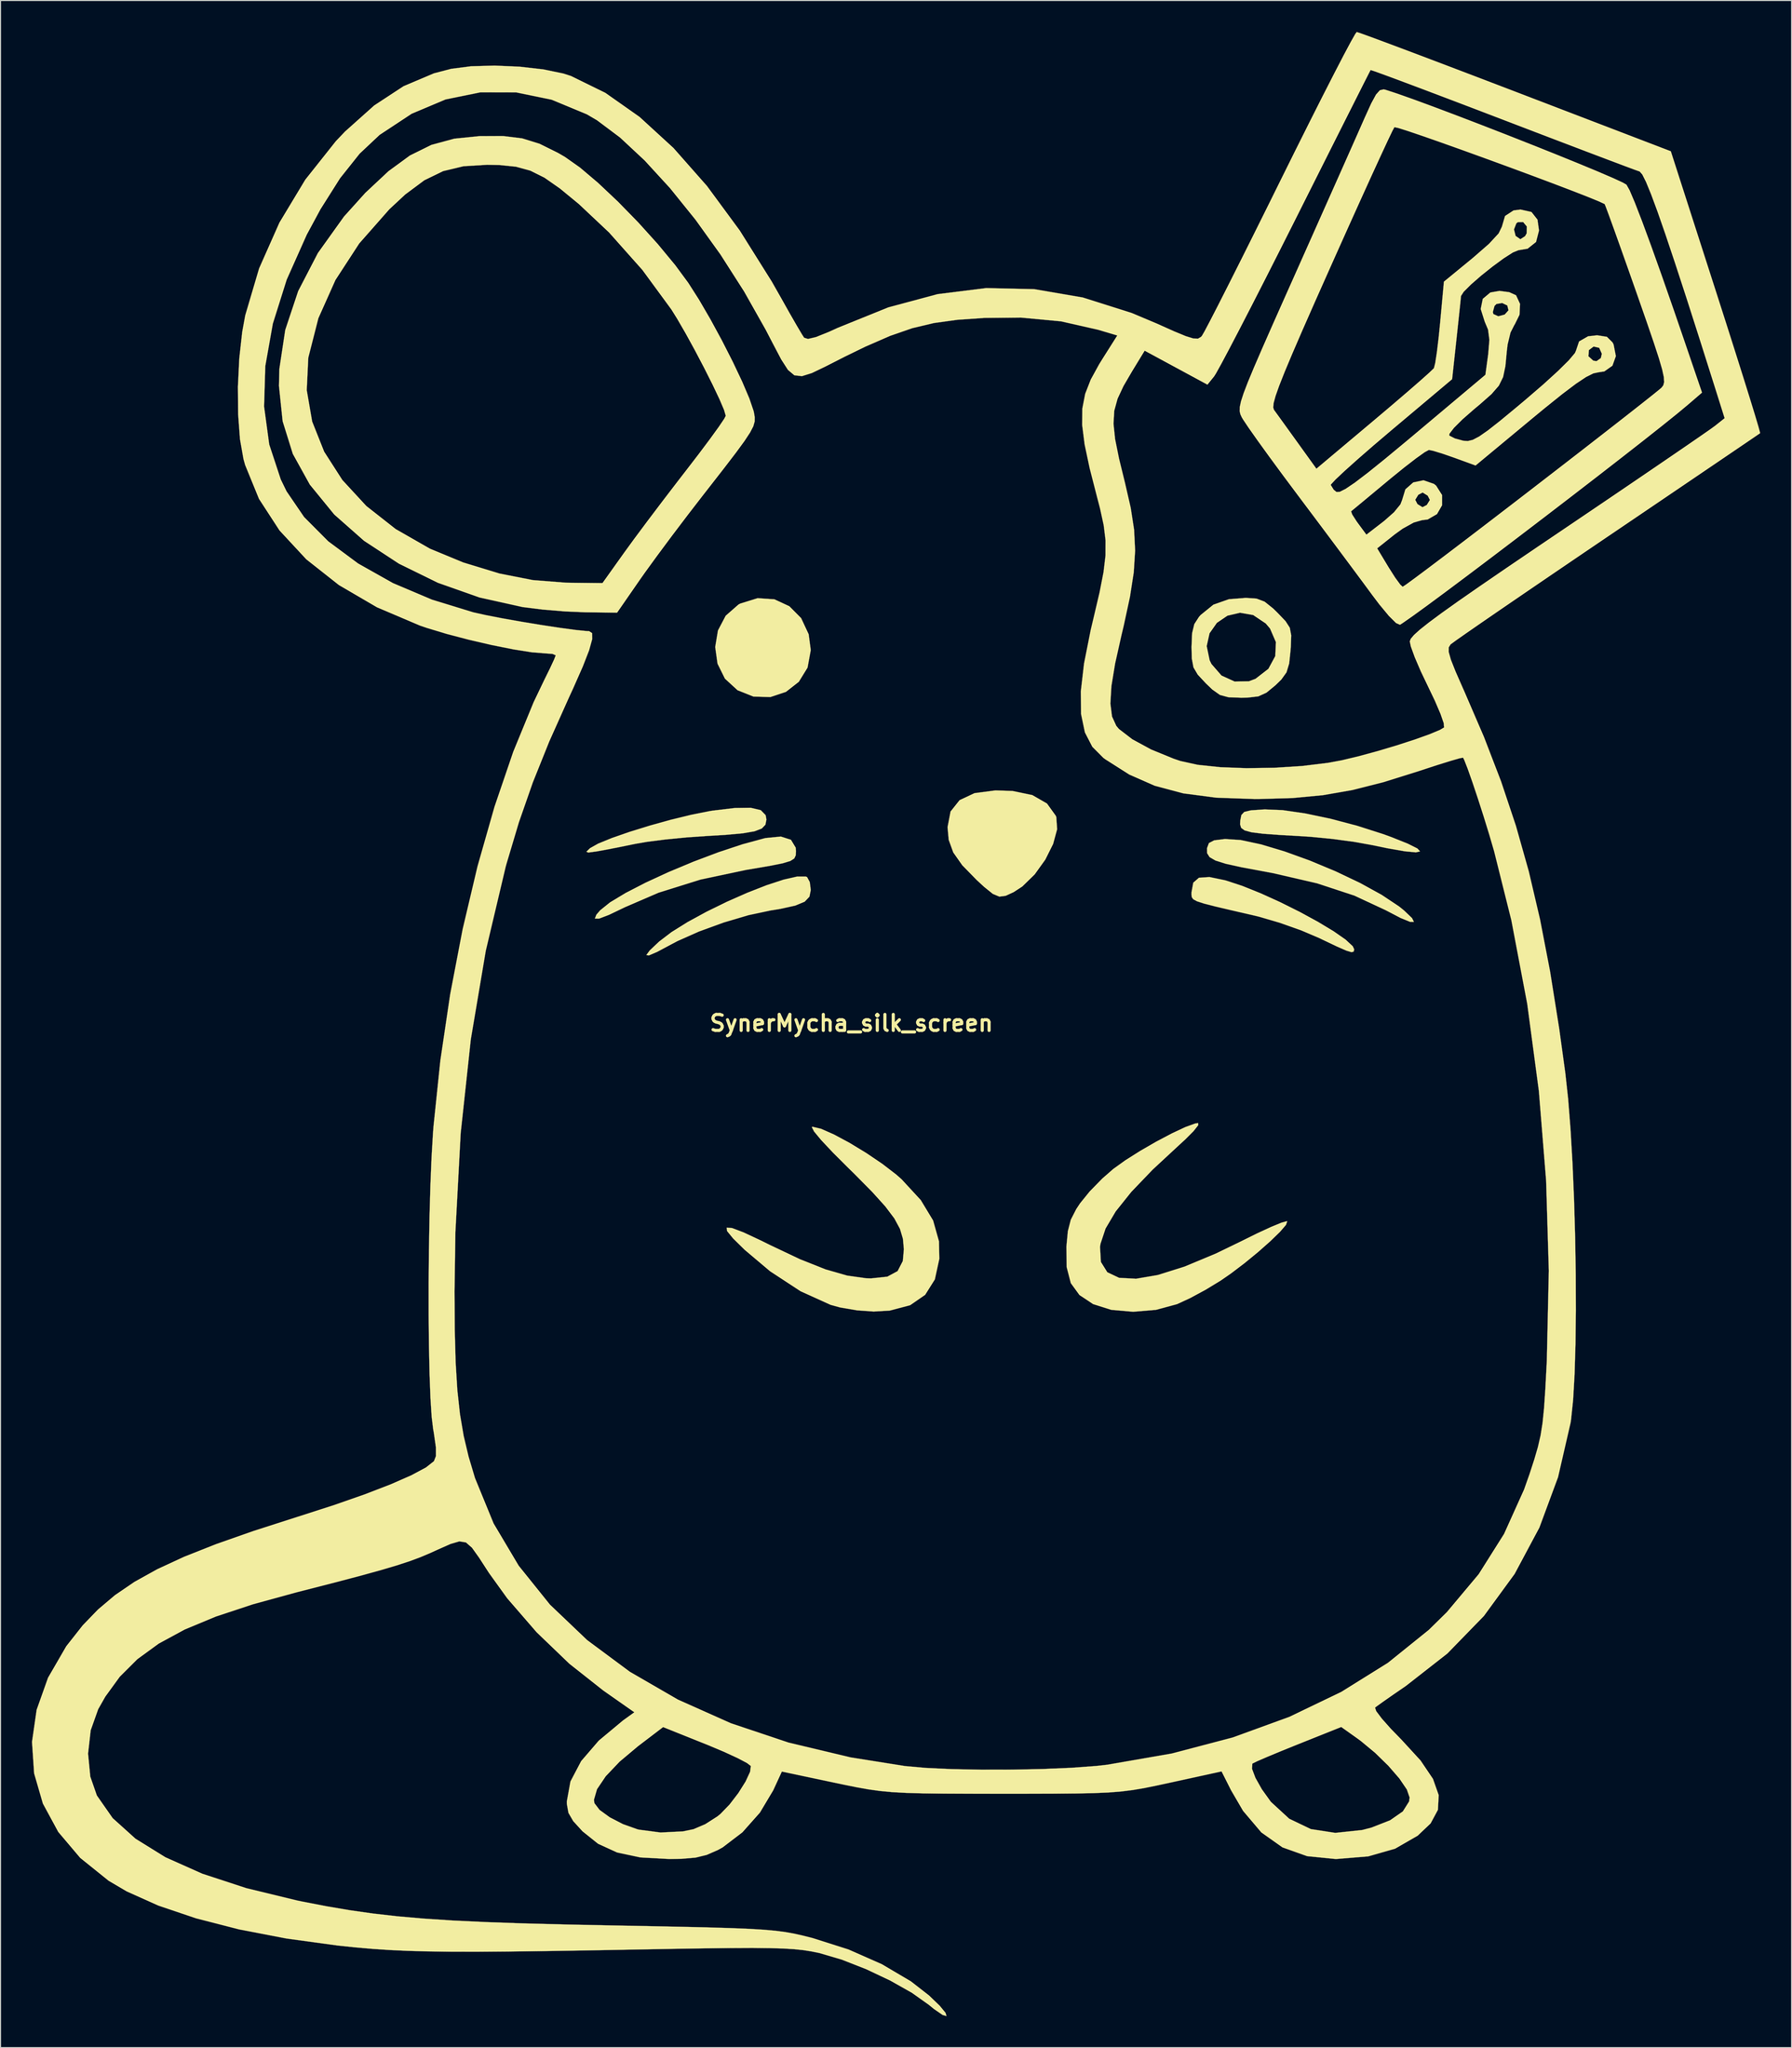
<source format=kicad_pcb>
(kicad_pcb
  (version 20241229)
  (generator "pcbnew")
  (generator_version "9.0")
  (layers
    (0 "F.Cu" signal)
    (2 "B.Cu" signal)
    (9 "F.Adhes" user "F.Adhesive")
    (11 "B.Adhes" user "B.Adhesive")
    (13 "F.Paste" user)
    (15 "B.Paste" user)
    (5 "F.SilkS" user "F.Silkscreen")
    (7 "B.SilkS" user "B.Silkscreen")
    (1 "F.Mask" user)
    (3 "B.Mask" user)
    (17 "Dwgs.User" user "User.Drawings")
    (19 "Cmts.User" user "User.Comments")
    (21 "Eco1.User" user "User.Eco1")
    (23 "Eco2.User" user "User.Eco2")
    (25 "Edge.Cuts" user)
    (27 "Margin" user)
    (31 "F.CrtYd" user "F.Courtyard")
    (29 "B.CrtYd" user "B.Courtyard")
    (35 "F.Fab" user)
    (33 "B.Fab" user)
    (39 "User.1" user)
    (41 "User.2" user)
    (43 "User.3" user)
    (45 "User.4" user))
  (footprint "SynerMycha_silk_screen"
    (layer "F.Cu")
    (at 78.207 94.549)
    (property "Reference" "SynerMycha_silk_screen" (at 0 0 0) (layer "F.SilkS") (effects (font (size 1.524 1.524) (thickness 0.3))))
    (attr through_hole)
    (fp_poly (pts (xy -7.351 -40.431) (xy -5.929 -39.771) (xy -4.801 -38.635) (xy -4.083 -37.1) (xy -3.882 -35.59) (xy -4.189 -33.917) (xy -5.023 -32.564) (xy -6.251 -31.603) (xy -7.737 -31.108) (xy -9.35 -31.153) (xy -10.869 -31.759) (xy -12.072 -32.862) (xy -12.781 -34.292) (xy -13.002 -35.881) (xy -12.739 -37.461) (xy -11.999 -38.867) (xy -10.786 -39.93) (xy -10.616 -40.023) (xy -8.952 -40.541) (xy -7.351 -40.431)) (stroke (width 0.01) (type solid)) (fill yes) (layer "F.SilkS"))
    (fp_poly (pts (xy 15.377 -22.149) (xy 17.263 -21.756) (xy 18.66 -20.953) (xy 19.504 -19.779) (xy 19.549 -19.659) (xy 19.63 -18.508) (xy 19.248 -17.099) (xy 18.501 -15.603) (xy 17.488 -14.193) (xy 16.305 -13.039) (xy 15.487 -12.506) (xy 14.717 -12.15) (xy 14.114 -12.072) (xy 13.496 -12.331) (xy 12.68 -12.986) (xy 11.949 -13.659) (xy 10.575 -15.066) (xy 9.717 -16.287) (xy 9.281 -17.493) (xy 9.172 -18.696) (xy 9.459 -20.189) (xy 10.32 -21.272) (xy 11.75 -21.944) (xy 13.749 -22.204) (xy 15.377 -22.149)) (stroke (width 0.01) (type solid)) (fill yes) (layer "F.SilkS"))
    (fp_poly (pts (xy -5.772 -17.492) (xy -5.32 -16.743) (xy -5.292 -16.416) (xy -5.315 -16.011) (xy -5.459 -15.71) (xy -5.831 -15.472) (xy -6.54 -15.257) (xy -7.695 -15.023) (xy -9.405 -14.729) (xy -10.054 -14.621) (xy -14.401 -13.7) (xy -18.405 -12.448) (xy -21.599 -11.071) (xy -23.135 -10.336) (xy -24.091 -9.972) (xy -24.488 -9.976) (xy -24.342 -10.347) (xy -23.984 -10.765) (xy -23.038 -11.524) (xy -21.544 -12.424) (xy -19.633 -13.409) (xy -17.433 -14.422) (xy -15.074 -15.407) (xy -12.685 -16.307) (xy -10.397 -17.065) (xy -8.339 -17.625) (xy -8.188 -17.66) (xy -6.742 -17.803) (xy -5.772 -17.492)) (stroke (width 0.01) (type solid)) (fill yes) (layer "F.SilkS"))
    (fp_poly (pts (xy -4.354 -13.987) (xy -4.233 -13.934) (xy -3.976 -13.456) (xy -3.881 -12.707) (xy -4.008 -12.068) (xy -4.464 -11.59) (xy -5.354 -11.22) (xy -6.786 -10.903) (xy -7.761 -10.744) (xy -9.823 -10.305) (xy -12.183 -9.606) (xy -14.539 -8.749) (xy -16.593 -7.837) (xy -17.144 -7.547) (xy -18.531 -6.807) (xy -19.339 -6.459) (xy -19.574 -6.504) (xy -19.245 -6.943) (xy -18.36 -7.78) (xy -18.344 -7.793) (xy -17.172 -8.687) (xy -15.627 -9.651) (xy -13.828 -10.631) (xy -11.893 -11.578) (xy -9.942 -12.439) (xy -8.094 -13.162) (xy -6.467 -13.695) (xy -5.181 -13.987) (xy -4.354 -13.987)) (stroke (width 0.01) (type solid)) (fill yes) (layer "F.SilkS"))
    (fp_poly (pts (xy 41.13 -20.323) (xy 43.273 -20.014) (xy 45.71 -19.503) (xy 48.267 -18.828) (xy 50.766 -18.028) (xy 51.505 -17.759) (xy 53.096 -17.122) (xy 54.013 -16.662) (xy 54.265 -16.385) (xy 53.863 -16.294) (xy 52.814 -16.394) (xy 51.131 -16.688) (xy 49.742 -16.977) (xy 47.997 -17.292) (xy 45.902 -17.574) (xy 43.812 -17.778) (xy 43.039 -17.829) (xy 40.841 -17.955) (xy 39.253 -18.073) (xy 38.179 -18.209) (xy 37.524 -18.387) (xy 37.192 -18.63) (xy 37.089 -18.964) (xy 37.108 -19.335) (xy 37.212 -19.853) (xy 37.486 -20.149) (xy 38.099 -20.299) (xy 39.221 -20.379) (xy 39.459 -20.391) (xy 41.13 -20.323)) (stroke (width 0.01) (type solid)) (fill yes) (layer "F.SilkS"))
    (fp_poly (pts (xy -8.655 -20.32) (xy -8.186 -19.839) (xy -8.114 -19.424) (xy -8.208 -18.935) (xy -8.554 -18.571) (xy -9.247 -18.304) (xy -10.381 -18.109) (xy -12.054 -17.958) (xy -13.758 -17.857) (xy -15.744 -17.719) (xy -17.749 -17.523) (xy -19.516 -17.297) (xy -20.637 -17.104) (xy -22.084 -16.807) (xy -23.436 -16.543) (xy -24.342 -16.38) (xy -25.118 -16.276) (xy -25.296 -16.357) (xy -24.969 -16.673) (xy -24.943 -16.695) (xy -24.173 -17.128) (xy -22.865 -17.662) (xy -21.171 -18.25) (xy -19.242 -18.847) (xy -17.23 -19.406) (xy -15.288 -19.879) (xy -13.566 -20.222) (xy -13.229 -20.276) (xy -11.116 -20.528) (xy -9.612 -20.546) (xy -8.655 -20.32)) (stroke (width 0.01) (type solid)) (fill yes) (layer "F.SilkS"))
    (fp_poly (pts (xy 37.152 -17.469) (xy 39.089 -17.054) (xy 41.338 -16.38) (xy 43.758 -15.505) (xy 46.203 -14.485) (xy 48.533 -13.377) (xy 50.603 -12.239) (xy 52.27 -11.128) (xy 52.74 -10.749) (xy 53.499 -10.023) (xy 53.679 -9.663) (xy 53.305 -9.668) (xy 52.402 -10.038) (xy 50.993 -10.772) (xy 50.976 -10.781) (xy 47.995 -12.169) (xy 44.436 -13.34) (xy 40.252 -14.308) (xy 39.296 -14.486) (xy 37.203 -14.877) (xy 35.715 -15.207) (xy 34.738 -15.515) (xy 34.178 -15.84) (xy 33.941 -16.219) (xy 33.933 -16.693) (xy 33.933 -16.693) (xy 34.117 -17.182) (xy 34.616 -17.441) (xy 35.62 -17.565) (xy 35.671 -17.568) (xy 37.152 -17.469)) (stroke (width 0.01) (type solid)) (fill yes) (layer "F.SilkS"))
    (fp_poly (pts (xy 35.7 -13.62) (xy 35.732 -13.611) (xy 37.286 -13.1) (xy 39.055 -12.389) (xy 40.926 -11.54) (xy 42.785 -10.613) (xy 44.519 -9.669) (xy 46.015 -8.768) (xy 47.159 -7.972) (xy 47.839 -7.341) (xy 47.978 -7.042) (xy 47.932 -6.826) (xy 47.721 -6.773) (xy 47.235 -6.919) (xy 46.361 -7.3) (xy 44.99 -7.951) (xy 44.626 -8.127) (xy 42.91 -8.857) (xy 40.875 -9.577) (xy 38.898 -10.156) (xy 38.453 -10.264) (xy 36.291 -10.762) (xy 34.721 -11.132) (xy 33.649 -11.408) (xy 32.981 -11.625) (xy 32.621 -11.819) (xy 32.476 -12.025) (xy 32.452 -12.277) (xy 32.456 -12.494) (xy 32.621 -13.402) (xy 33.166 -13.876) (xy 34.167 -13.94) (xy 35.7 -13.62)) (stroke (width 0.01) (type solid)) (fill yes) (layer "F.SilkS"))
    (fp_poly (pts (xy -2.888 10.079) (xy -1.654 10.624) (xy -0.169 11.422) (xy 1.415 12.384) (xy 2.946 13.419) (xy 4.271 14.437) (xy 4.785 14.89) (xy 6.616 16.875) (xy 7.793 18.821) (xy 8.354 20.812) (xy 8.386 22.482) (xy 7.959 24.442) (xy 7.034 25.912) (xy 5.602 26.901) (xy 3.651 27.417) (xy 2.117 27.505) (xy 0.543 27.393) (xy -1.074 27.118) (xy -1.987 26.868) (xy -4.855 25.569) (xy -7.766 23.663) (xy -10.185 21.623) (xy -11.29 20.537) (xy -11.869 19.83) (xy -11.908 19.499) (xy -11.391 19.541) (xy -10.305 19.954) (xy -8.634 20.734) (xy -7.797 21.149) (xy -4.904 22.519) (xy -2.472 23.485) (xy -0.406 24.078) (xy 1.387 24.329) (xy 1.874 24.342) (xy 3.421 24.18) (xy 4.406 23.65) (xy 4.904 22.684) (xy 5.003 21.56) (xy 4.914 20.567) (xy 4.632 19.62) (xy 4.093 18.622) (xy 3.23 17.478) (xy 1.979 16.093) (xy 0.273 14.369) (xy -0.26 13.847) (xy -1.77 12.34) (xy -2.885 11.154) (xy -3.567 10.332) (xy -3.779 9.919) (xy -3.718 9.878) (xy -2.888 10.079)) (stroke (width 0.01) (type solid)) (fill yes) (layer "F.SilkS"))
    (fp_poly (pts (xy 38.657 -40.501) (xy 39.433 -40.205) (xy 40.252 -39.549) (xy 40.653 -39.157) (xy 41.427 -38.349) (xy 41.834 -37.719) (xy 41.97 -36.994) (xy 41.931 -35.902) (xy 41.908 -35.579) (xy 41.774 -34.308) (xy 41.52 -33.467) (xy 41.026 -32.779) (xy 40.46 -32.228) (xy 39.606 -31.527) (xy 38.827 -31.173) (xy 37.804 -31.053) (xy 37.182 -31.044) (xy 35.982 -31.089) (xy 35.171 -31.307) (xy 34.437 -31.827) (xy 33.825 -32.414) (xy 33.051 -33.244) (xy 32.641 -33.938) (xy 32.481 -34.789) (xy 32.456 -35.89) (xy 32.459 -35.968) (xy 33.903 -35.968) (xy 34.184 -34.615) (xy 34.359 -34.258) (xy 35.314 -33.16) (xy 36.565 -32.589) (xy 37.925 -32.61) (xy 38.564 -32.85) (xy 39.79 -33.8) (xy 40.448 -35.016) (xy 40.509 -36.349) (xy 39.946 -37.648) (xy 39.538 -38.127) (xy 38.338 -38.933) (xy 37.08 -39.151) (xy 35.885 -38.872) (xy 34.876 -38.188) (xy 34.174 -37.19) (xy 33.903 -35.968) (xy 32.459 -35.968) (xy 32.51 -37.198) (xy 32.722 -38.067) (xy 33.168 -38.758) (xy 33.324 -38.934) (xy 34.543 -39.922) (xy 36.02 -40.441) (xy 37.635 -40.569) (xy 38.657 -40.501)) (stroke (width 0.01) (type solid)) (fill yes) (layer "F.SilkS"))
    (fp_poly (pts (xy 33.092 9.735) (xy 32.647 10.298) (xy 31.836 11.111) (xy 31.369 11.537) (xy 28.749 13.966) (xy 26.711 16.09) (xy 25.223 17.95) (xy 24.252 19.587) (xy 23.768 21.043) (xy 23.723 21.348) (xy 23.806 22.775) (xy 24.417 23.756) (xy 25.539 24.29) (xy 27.153 24.377) (xy 29.243 24.02) (xy 31.791 23.219) (xy 34.78 21.973) (xy 37.177 20.811) (xy 38.737 20.04) (xy 40.067 19.427) (xy 41.045 19.026) (xy 41.55 18.888) (xy 41.587 18.9) (xy 41.467 19.244) (xy 40.89 19.912) (xy 39.966 20.807) (xy 38.806 21.832) (xy 37.517 22.889) (xy 36.211 23.88) (xy 35.237 24.553) (xy 33.815 25.418) (xy 32.324 26.223) (xy 31.086 26.795) (xy 31.079 26.798) (xy 29.061 27.345) (xy 26.883 27.528) (xy 24.8 27.345) (xy 23.067 26.798) (xy 21.759 25.929) (xy 20.936 24.797) (xy 20.542 23.276) (xy 20.514 21.323) (xy 20.653 19.841) (xy 20.934 18.75) (xy 21.454 17.736) (xy 21.821 17.18) (xy 22.74 16.047) (xy 23.95 14.811) (xy 24.988 13.905) (xy 26.136 13.081) (xy 27.555 12.184) (xy 29.088 11.3) (xy 30.579 10.513) (xy 31.872 9.907) (xy 32.809 9.568) (xy 33.086 9.525) (xy 33.092 9.735)) (stroke (width 0.01) (type solid)) (fill yes) (layer "F.SilkS"))
    (fp_poly (pts (xy -31.427 -84.401) (xy -29.765 -83.885) (xy -28 -83.011) (xy -27.34 -82.627) (xy -25.904 -81.615) (xy -24.179 -80.154) (xy -22.285 -78.368) (xy -20.346 -76.382) (xy -18.483 -74.32) (xy -16.817 -72.307) (xy -15.573 -70.619) (xy -14.557 -69.028) (xy -13.461 -67.146) (xy -12.359 -65.118) (xy -11.324 -63.086) (xy -10.427 -61.194) (xy -9.742 -59.586) (xy -9.34 -58.404) (xy -9.299 -58.226) (xy -9.228 -57.798) (xy -9.235 -57.393) (xy -9.367 -56.933) (xy -9.676 -56.339) (xy -10.21 -55.529) (xy -11.017 -54.426) (xy -12.148 -52.949) (xy -13.652 -51.019) (xy -14.152 -50.379) (xy -15.614 -48.487) (xy -17.114 -46.509) (xy -18.517 -44.622) (xy -19.69 -43.009) (xy -20.186 -42.305) (xy -22.366 -39.158) (xy -25.382 -39.193) (xy -27.303 -39.273) (xy -29.454 -39.452) (xy -31.375 -39.691) (xy -31.397 -39.695) (xy -35.489 -40.604) (xy -39.464 -42.006) (xy -43.186 -43.831) (xy -46.516 -46.013) (xy -49.318 -48.484) (xy -49.39 -48.559) (xy -51.689 -51.374) (xy -53.311 -54.303) (xy -54.283 -57.418) (xy -54.592 -60.388) (xy -51.984 -60.388) (xy -51.465 -57.388) (xy -50.319 -54.511) (xy -48.583 -51.809) (xy -46.296 -49.332) (xy -43.496 -47.132) (xy -40.224 -45.26) (xy -37.042 -43.944) (xy -33.584 -42.89) (xy -30.396 -42.264) (xy -27.223 -42.016) (xy -26.785 -42.009) (xy -23.76 -41.981) (xy -21.684 -44.891) (xy -20.735 -46.195) (xy -19.48 -47.879) (xy -18.051 -49.768) (xy -16.579 -51.69) (xy -15.802 -52.694) (xy -14.566 -54.301) (xy -13.497 -55.727) (xy -12.667 -56.875) (xy -12.144 -57.648) (xy -11.994 -57.938) (xy -12.158 -58.5) (xy -12.603 -59.54) (xy -13.261 -60.924) (xy -14.063 -62.517) (xy -14.94 -64.187) (xy -15.824 -65.797) (xy -16.646 -67.215) (xy -17.19 -68.086) (xy -19.949 -71.846) (xy -23.132 -75.423) (xy -26.019 -78.139) (xy -27.814 -79.614) (xy -29.298 -80.65) (xy -30.644 -81.32) (xy -32.024 -81.698) (xy -33.611 -81.858) (xy -34.769 -81.88) (xy -37.025 -81.742) (xy -38.965 -81.277) (xy -40.759 -80.406) (xy -42.582 -79.05) (xy -44.094 -77.645) (xy -46.974 -74.376) (xy -49.245 -70.889) (xy -50.874 -67.243) (xy -51.831 -63.494) (xy -51.836 -63.461) (xy -51.984 -60.388) (xy -54.592 -60.388) (xy -54.634 -60.793) (xy -54.597 -62.4) (xy -54.034 -66.127) (xy -52.798 -69.835) (xy -50.919 -73.461) (xy -48.429 -76.941) (xy -46.39 -79.204) (xy -44.183 -81.269) (xy -42.131 -82.77) (xy -40.086 -83.779) (xy -37.9 -84.371) (xy -35.49 -84.616) (xy -33.247 -84.624) (xy -31.427 -84.401)) (stroke (width 0.01) (type solid)) (fill yes) (layer "F.SilkS"))
    (fp_poly (pts (xy 50.965 -89.037) (xy 52.084 -88.67) (xy 53.656 -88.114) (xy 55.587 -87.403) (xy 57.782 -86.575) (xy 60.148 -85.668) (xy 62.591 -84.718) (xy 65.017 -83.761) (xy 67.333 -82.836) (xy 69.445 -81.978) (xy 71.259 -81.225) (xy 72.681 -80.614) (xy 73.618 -80.182) (xy 73.964 -79.98) (xy 74.261 -79.45) (xy 74.759 -78.281) (xy 75.447 -76.506) (xy 76.313 -74.159) (xy 77.345 -71.271) (xy 78.529 -67.877) (xy 79.427 -65.264) (xy 81.174 -60.149) (xy 79.834 -58.997) (xy 78.823 -58.156) (xy 77.373 -56.991) (xy 75.559 -55.557) (xy 73.453 -53.911) (xy 71.13 -52.109) (xy 68.663 -50.207) (xy 66.126 -48.262) (xy 63.594 -46.331) (xy 61.14 -44.469) (xy 58.837 -42.733) (xy 56.76 -41.179) (xy 54.983 -39.865) (xy 53.579 -38.846) (xy 52.622 -38.178) (xy 52.348 -38.002) (xy 51.975 -38.169) (xy 51.291 -38.846) (xy 50.37 -39.956) (xy 49.702 -40.84) (xy 48.798 -42.066) (xy 47.572 -43.716) (xy 46.127 -45.654) (xy 44.567 -47.74) (xy 42.993 -49.837) (xy 42.615 -50.341) (xy 41.19 -52.249) (xy 39.883 -54.025) (xy 38.764 -55.573) (xy 37.902 -56.795) (xy 37.366 -57.597) (xy 37.248 -57.798) (xy 37.119 -58.077) (xy 37.048 -58.38) (xy 37.059 -58.745) (xy 40.25 -58.745) (xy 40.319 -58.511) (xy 40.714 -57.967) (xy 41.397 -57.022) (xy 42.242 -55.849) (xy 42.56 -55.408) (xy 44.373 -52.889) (xy 49.87 -57.507) (xy 51.548 -58.925) (xy 53.041 -60.203) (xy 54.265 -61.266) (xy 55.135 -62.042) (xy 55.565 -62.456) (xy 55.592 -62.489) (xy 55.713 -62.971) (xy 55.87 -63.996) (xy 56.04 -65.409) (xy 56.179 -66.793) (xy 56.542 -70.732) (xy 59.315 -73.007) (xy 60.844 -74.339) (xy 61.765 -75.335) (xy 61.949 -75.714) (xy 63.229 -75.714) (xy 63.384 -75.096) (xy 63.825 -74.79) (xy 63.853 -74.789) (xy 64.288 -75.072) (xy 64.44 -75.342) (xy 64.455 -75.994) (xy 64.104 -76.417) (xy 63.598 -76.407) (xy 63.453 -76.294) (xy 63.229 -75.714) (xy 61.949 -75.714) (xy 62.088 -76.001) (xy 62.089 -76.023) (xy 62.376 -76.995) (xy 63.19 -77.528) (xy 63.853 -77.611) (xy 64.899 -77.377) (xy 65.472 -76.646) (xy 65.617 -75.613) (xy 65.334 -74.518) (xy 64.529 -73.876) (xy 63.651 -73.731) (xy 63.123 -73.516) (xy 62.249 -72.957) (xy 61.186 -72.177) (xy 60.09 -71.302) (xy 59.119 -70.456) (xy 58.428 -69.765) (xy 58.175 -69.369) (xy 58.125 -68.87) (xy 58.017 -67.834) (xy 57.866 -66.424) (xy 57.734 -65.198) (xy 57.326 -61.429) (xy 51.523 -56.551) (xy 49.815 -55.099) (xy 48.308 -53.788) (xy 47.08 -52.688) (xy 46.21 -51.871) (xy 45.777 -51.406) (xy 45.743 -51.338) (xy 46.027 -50.88) (xy 46.286 -50.674) (xy 46.59 -50.68) (xy 47.157 -50.963) (xy 48.037 -51.558) (xy 49.279 -52.504) (xy 50.935 -53.837) (xy 53.055 -55.594) (xy 53.654 -56.096) (xy 60.501 -61.847) (xy 60.769 -63.82) (xy 60.882 -65.178) (xy 60.754 -66.161) (xy 60.437 -66.916) (xy 60.147 -67.831) (xy 61.211 -67.831) (xy 61.263 -67.642) (xy 61.73 -67.429) (xy 62.342 -67.593) (xy 62.706 -67.998) (xy 62.592 -68.459) (xy 62.103 -68.695) (xy 61.557 -68.604) (xy 61.371 -68.419) (xy 61.211 -67.831) (xy 60.147 -67.831) (xy 60.054 -68.126) (xy 60.251 -69.092) (xy 60.974 -69.699) (xy 61.834 -69.85) (xy 62.771 -69.73) (xy 63.417 -69.439) (xy 63.429 -69.427) (xy 63.806 -68.612) (xy 63.757 -67.578) (xy 63.302 -66.653) (xy 63.272 -66.618) (xy 62.897 -65.879) (xy 62.62 -64.736) (xy 62.547 -64.121) (xy 62.41 -62.678) (xy 62.192 -61.639) (xy 61.786 -60.813) (xy 61.084 -60.006) (xy 59.977 -59.029) (xy 59.424 -58.569) (xy 58.319 -57.602) (xy 57.5 -56.786) (xy 57.071 -56.227) (xy 57.048 -56.053) (xy 57.588 -55.776) (xy 58.396 -55.557) (xy 58.823 -55.529) (xy 59.297 -55.644) (xy 59.905 -55.962) (xy 60.737 -56.541) (xy 61.883 -57.44) (xy 63.43 -58.717) (xy 64.294 -59.441) (xy 66.023 -60.929) (xy 67.434 -62.213) (xy 68.462 -63.23) (xy 68.786 -63.614) (xy 70.333 -63.614) (xy 70.792 -63.2) (xy 71.106 -63.147) (xy 71.518 -63.441) (xy 71.614 -63.853) (xy 71.363 -64.42) (xy 70.828 -64.544) (xy 70.379 -64.206) (xy 70.333 -63.614) (xy 68.786 -63.614) (xy 69.04 -63.915) (xy 69.144 -64.145) (xy 69.441 -65.028) (xy 70.302 -65.521) (xy 71.163 -65.617) (xy 72.095 -65.472) (xy 72.636 -64.934) (xy 72.736 -64.735) (xy 72.952 -63.63) (xy 72.624 -62.715) (xy 71.848 -62.169) (xy 71.308 -62.089) (xy 70.806 -61.984) (xy 70.109 -61.637) (xy 69.145 -60.996) (xy 67.842 -60.013) (xy 66.128 -58.636) (xy 64.922 -57.642) (xy 59.563 -53.196) (xy 57.526 -53.938) (xy 56.387 -54.332) (xy 55.497 -54.601) (xy 55.109 -54.681) (xy 54.708 -54.466) (xy 53.885 -53.88) (xy 52.756 -53.008) (xy 51.435 -51.938) (xy 51.265 -51.796) (xy 49.953 -50.705) (xy 48.85 -49.788) (xy 48.061 -49.136) (xy 47.694 -48.834) (xy 47.682 -48.825) (xy 47.791 -48.519) (xy 48.211 -47.867) (xy 48.353 -47.67) (xy 49.144 -46.6) (xy 50.839 -47.906) (xy 51.777 -48.735) (xy 52.392 -49.488) (xy 52.549 -49.89) (xy 52.56 -49.925) (xy 53.804 -49.925) (xy 54.017 -49.514) (xy 54.497 -49.218) (xy 54.908 -49.431) (xy 55.204 -49.911) (xy 54.991 -50.322) (xy 54.512 -50.618) (xy 54.1 -50.405) (xy 53.804 -49.925) (xy 52.56 -49.925) (xy 52.864 -50.921) (xy 53.617 -51.583) (xy 54.596 -51.786) (xy 55.59 -51.441) (xy 55.799 -51.274) (xy 56.367 -50.376) (xy 56.367 -49.405) (xy 55.882 -48.562) (xy 54.994 -48.048) (xy 54.441 -47.978) (xy 53.662 -47.756) (xy 52.613 -47.177) (xy 51.861 -46.635) (xy 50.174 -45.293) (xy 51.278 -43.46) (xy 51.894 -42.493) (xy 52.382 -41.829) (xy 52.604 -41.628) (xy 52.922 -41.836) (xy 53.739 -42.432) (xy 54.998 -43.371) (xy 56.639 -44.609) (xy 58.604 -46.102) (xy 60.834 -47.806) (xy 63.271 -49.675) (xy 64.778 -50.835) (xy 67.33 -52.804) (xy 69.723 -54.655) (xy 71.895 -56.343) (xy 73.786 -57.817) (xy 75.334 -59.032) (xy 76.479 -59.939) (xy 77.159 -60.49) (xy 77.313 -60.624) (xy 77.479 -60.843) (xy 77.558 -61.151) (xy 77.529 -61.629) (xy 77.371 -62.359) (xy 77.061 -63.421) (xy 76.579 -64.898) (xy 75.904 -66.87) (xy 75.013 -69.418) (xy 74.935 -69.641) (xy 74.126 -71.936) (xy 73.394 -73.998) (xy 72.772 -75.738) (xy 72.29 -77.065) (xy 71.982 -77.891) (xy 71.881 -78.132) (xy 71.344 -78.384) (xy 70.276 -78.821) (xy 68.776 -79.406) (xy 66.943 -80.104) (xy 64.877 -80.878) (xy 62.677 -81.692) (xy 60.441 -82.509) (xy 58.268 -83.295) (xy 56.257 -84.012) (xy 54.508 -84.624) (xy 53.119 -85.095) (xy 52.189 -85.389) (xy 51.818 -85.469) (xy 51.816 -85.468) (xy 51.618 -85.097) (xy 51.166 -84.15) (xy 50.491 -82.697) (xy 49.625 -80.81) (xy 48.601 -78.556) (xy 47.45 -76.006) (xy 46.205 -73.23) (xy 45.72 -72.145) (xy 44.24 -68.822) (xy 43.033 -66.083) (xy 42.076 -63.871) (xy 41.346 -62.131) (xy 40.821 -60.804) (xy 40.478 -59.836) (xy 40.295 -59.168) (xy 40.25 -58.745) (xy 37.059 -58.745) (xy 37.059 -58.772) (xy 37.177 -59.319) (xy 37.425 -60.085) (xy 37.828 -61.136) (xy 38.41 -62.537) (xy 39.196 -64.354) (xy 40.209 -66.652) (xy 41.475 -69.497) (xy 42.204 -71.13) (xy 43.494 -74.024) (xy 44.746 -76.834) (xy 45.918 -79.466) (xy 46.969 -81.827) (xy 47.856 -83.824) (xy 48.538 -85.362) (xy 48.97 -86.342) (xy 49.604 -87.735) (xy 50.064 -88.581) (xy 50.431 -88.99) (xy 50.789 -89.074) (xy 50.965 -89.037)) (stroke (width 0.01) (type solid)) (fill yes) (layer "F.SilkS"))
    (fp_poly (pts (xy 48.598 -94.422) (xy 49.568 -94.072) (xy 51.061 -93.518) (xy 53.01 -92.788) (xy 55.349 -91.905) (xy 58.01 -90.895) (xy 60.925 -89.784) (xy 63.35 -88.857) (xy 78.196 -83.169) (xy 82.511 -69.77) (xy 83.451 -66.841) (xy 84.315 -64.128) (xy 85.081 -61.703) (xy 85.726 -59.639) (xy 86.228 -58.006) (xy 86.564 -56.877) (xy 86.713 -56.323) (xy 86.717 -56.278) (xy 86.412 -56.068) (xy 85.579 -55.501) (xy 84.274 -54.615) (xy 82.553 -53.447) (xy 80.472 -52.036) (xy 78.088 -50.42) (xy 75.456 -48.637) (xy 72.633 -46.725) (xy 72.143 -46.394) (xy 69.276 -44.45) (xy 66.578 -42.616) (xy 64.108 -40.932) (xy 61.922 -39.437) (xy 60.08 -38.171) (xy 58.64 -37.174) (xy 57.66 -36.487) (xy 57.199 -36.149) (xy 57.179 -36.132) (xy 57.004 -35.851) (xy 57.002 -35.402) (xy 57.207 -34.673) (xy 57.651 -33.55) (xy 58.368 -31.92) (xy 58.477 -31.678) (xy 60.363 -27.304) (xy 61.997 -23.062) (xy 63.412 -18.83) (xy 64.641 -14.481) (xy 65.717 -9.891) (xy 66.674 -4.935) (xy 67.544 0.513) (xy 68.129 4.763) (xy 68.397 7.222) (xy 68.626 10.128) (xy 68.815 13.368) (xy 68.962 16.829) (xy 69.066 20.4) (xy 69.124 23.966) (xy 69.135 27.416) (xy 69.098 30.637) (xy 69.011 33.517) (xy 68.872 35.942) (xy 68.678 37.801) (xy 68.63 38.115) (xy 67.434 43.305) (xy 65.652 48.116) (xy 63.291 52.533) (xy 60.361 56.542) (xy 56.871 60.127) (xy 52.917 63.217) (xy 51.709 64.046) (xy 50.717 64.739) (xy 50.09 65.191) (xy 49.968 65.287) (xy 50.081 65.623) (xy 50.618 66.337) (xy 51.49 67.318) (xy 52.493 68.348) (xy 54.316 70.334) (xy 55.497 72.084) (xy 56.046 73.638) (xy 55.968 75.041) (xy 55.271 76.334) (xy 54.037 77.504) (xy 51.884 78.743) (xy 49.312 79.479) (xy 46.269 79.728) (xy 46.206 79.728) (xy 43.485 79.456) (xy 41.137 78.62) (xy 39.116 77.191) (xy 37.376 75.138) (xy 36.228 73.168) (xy 35.322 71.372) (xy 30.449 72.437) (xy 29.079 72.733) (xy 27.911 72.969) (xy 26.839 73.151) (xy 25.759 73.286) (xy 24.566 73.381) (xy 23.156 73.443) (xy 21.423 73.479) (xy 19.263 73.496) (xy 16.572 73.502) (xy 14.464 73.502) (xy 11.361 73.501) (xy 8.858 73.492) (xy 6.849 73.468) (xy 5.228 73.422) (xy 3.888 73.349) (xy 2.724 73.239) (xy 1.63 73.087) (xy 0.5 72.886) (xy -0.772 72.629) (xy -1.645 72.445) (xy -6.641 71.387) (xy -7.466 73.176) (xy -8.733 75.298) (xy -10.404 77.18) (xy -12.286 78.615) (xy -12.762 78.877) (xy -13.808 79.334) (xy -14.87 79.595) (xy -16.205 79.71) (xy -17.387 79.728) (xy -20.139 79.579) (xy -22.364 79.106) (xy -24.182 78.273) (xy -25.662 77.089) (xy -26.552 76.114) (xy -27.009 75.325) (xy -27.159 74.482) (xy -27.164 74.241) (xy -27.135 74.082) (xy -24.576 74.082) (xy -24.53 74.4) (xy -24.039 75.044) (xy -23.064 75.751) (xy -21.799 76.404) (xy -20.441 76.887) (xy -20.285 76.927) (xy -18.216 77.199) (xy -16.078 77.092) (xy -15.072 76.884) (xy -13.947 76.403) (xy -12.786 75.66) (xy -12.5 75.427) (xy -11.632 74.529) (xy -10.795 73.439) (xy -10.103 72.338) (xy -9.671 71.407) (xy -9.601 70.857) (xy -9.965 70.575) (xy -10.857 70.105) (xy -12.148 69.51) (xy -13.706 68.854) (xy -13.857 68.794) (xy -17.975 67.145) (xy -20.365 68.965) (xy -22.121 70.438) (xy -23.446 71.831) (xy -24.283 73.071) (xy -24.576 74.082) (xy -27.135 74.082) (xy -26.817 72.334) (xy -25.793 70.388) (xy -24.114 68.437) (xy -21.807 66.516) (xy -21.736 66.465) (xy -20.719 65.732) (xy -23.677 63.66) (xy -26.919 61.102) (xy -30.047 58.097) (xy -32.849 54.861) (xy -34.59 52.444) (xy -35.538 50.982) (xy -36.219 50.029) (xy -36.794 49.529) (xy -37.422 49.429) (xy -38.264 49.676) (xy -39.479 50.214) (xy -40.218 50.55) (xy -41.127 50.934) (xy -42.148 51.314) (xy -43.375 51.716) (xy -44.898 52.167) (xy -46.811 52.696) (xy -49.205 53.327) (xy -52.172 54.089) (xy -52.935 54.283) (xy -57.116 55.43) (xy -60.66 56.602) (xy -63.634 57.839) (xy -66.108 59.18) (xy -68.149 60.667) (xy -69.825 62.338) (xy -71.204 64.235) (xy -71.888 65.44) (xy -72.601 67.448) (xy -72.853 69.674) (xy -72.64 71.866) (xy -72.014 73.667) (xy -70.505 75.828) (xy -68.326 77.791) (xy -65.476 79.558) (xy -61.952 81.13) (xy -57.753 82.507) (xy -52.877 83.691) (xy -52.378 83.793) (xy -50.095 84.234) (xy -47.885 84.61) (xy -45.66 84.927) (xy -43.333 85.192) (xy -40.817 85.412) (xy -38.023 85.594) (xy -34.864 85.744) (xy -31.252 85.87) (xy -27.099 85.977) (xy -22.931 86.062) (xy -19.18 86.133) (xy -16.06 86.197) (xy -13.494 86.258) (xy -11.408 86.321) (xy -9.725 86.391) (xy -8.371 86.473) (xy -7.27 86.571) (xy -6.346 86.69) (xy -5.525 86.835) (xy -4.73 87.011) (xy -3.887 87.222) (xy -3.704 87.269) (xy -0.281 88.358) (xy 2.9 89.761) (xy 5.673 91.397) (xy 7.408 92.747) (xy 8.427 93.729) (xy 8.98 94.401) (xy 9.071 94.709) (xy 8.701 94.604) (xy 7.874 94.034) (xy 7.367 93.623) (xy 5.768 92.489) (xy 3.703 91.324) (xy 1.397 90.234) (xy -0.923 89.326) (xy -3.032 88.705) (xy -3.11 88.687) (xy -3.835 88.54) (xy -4.592 88.421) (xy -5.458 88.331) (xy -6.507 88.267) (xy -7.813 88.228) (xy -9.451 88.213) (xy -11.496 88.221) (xy -14.022 88.25) (xy -17.105 88.299) (xy -20.813 88.367) (xy -25.42 88.45) (xy -29.395 88.513) (xy -32.811 88.555) (xy -35.743 88.574) (xy -38.263 88.57) (xy -40.445 88.542) (xy -42.363 88.488) (xy -44.091 88.408) (xy -45.701 88.301) (xy -47.267 88.165) (xy -48.862 88) (xy -49.036 87.981) (xy -53.918 87.312) (xy -58.445 86.441) (xy -62.544 85.387) (xy -66.142 84.171) (xy -69.166 82.815) (xy -70.894 81.798) (xy -73.604 79.618) (xy -75.697 77.145) (xy -77.164 74.439) (xy -78.001 71.557) (xy -78.202 68.557) (xy -77.761 65.497) (xy -76.672 62.435) (xy -74.93 59.428) (xy -73.354 57.429) (xy -71.902 55.927) (xy -70.284 54.56) (xy -68.423 53.291) (xy -66.245 52.082) (xy -63.676 50.895) (xy -60.639 49.693) (xy -57.061 48.437) (xy -52.867 47.09) (xy -52.745 47.052) (xy -49.394 45.973) (xy -46.447 44.944) (xy -43.962 43.986) (xy -41.995 43.123) (xy -40.601 42.377) (xy -39.844 41.78) (xy -39.657 41.301) (xy -39.659 40.447) (xy -39.854 39.082) (xy -39.918 38.729) (xy -40.062 37.54) (xy -40.176 35.754) (xy -40.262 33.478) (xy -40.32 30.817) (xy -40.349 27.88) (xy -40.35 24.774) (xy -40.322 21.606) (xy -40.267 18.483) (xy -40.183 15.512) (xy -40.072 12.8) (xy -39.933 10.455) (xy -39.889 9.878) (xy -39.233 3.57) (xy -38.296 -2.744) (xy -37.105 -8.956) (xy -35.685 -14.958) (xy -34.065 -20.641) (xy -32.272 -25.897) (xy -30.331 -30.617) (xy -29.321 -32.727) (xy -28.773 -33.839) (xy -28.379 -34.685) (xy -28.222 -35.088) (xy -28.222 -35.091) (xy -28.529 -35.223) (xy -29.263 -35.278) (xy -30.511 -35.379) (xy -32.252 -35.654) (xy -34.303 -36.064) (xy -36.486 -36.569) (xy -38.619 -37.128) (xy -40.523 -37.702) (xy -41.182 -37.927) (xy -45.286 -39.673) (xy -48.914 -41.792) (xy -52.025 -44.246) (xy -54.58 -46.998) (xy -56.539 -50.01) (xy -57.862 -53.244) (xy -58.021 -53.813) (xy -58.355 -55.71) (xy -58.531 -58.082) (xy -58.537 -58.823) (xy -56.055 -58.823) (xy -55.564 -55.203) (xy -54.462 -51.865) (xy -53.913 -50.737) (xy -52.234 -48.276) (xy -49.931 -45.963) (xy -47.079 -43.847) (xy -43.754 -41.976) (xy -40.031 -40.399) (xy -36.099 -39.193) (xy -34.91 -38.928) (xy -33.314 -38.618) (xy -31.482 -38.293) (xy -29.588 -37.981) (xy -27.806 -37.71) (xy -26.307 -37.508) (xy -25.265 -37.403) (xy -25.035 -37.394) (xy -24.749 -37.208) (xy -24.744 -36.616) (xy -25.035 -35.569) (xy -25.638 -34.021) (xy -26.566 -31.921) (xy -26.943 -31.104) (xy -28.84 -26.869) (xy -30.409 -22.964) (xy -31.74 -19.152) (xy -32.923 -15.193) (xy -33.002 -14.907) (xy -34.896 -6.915) (xy -36.325 1.541) (xy -37.291 10.482) (xy -37.796 19.928) (xy -37.879 25.576) (xy -37.857 29.256) (xy -37.773 32.352) (xy -37.612 34.988) (xy -37.362 37.283) (xy -37.009 39.361) (xy -36.539 41.341) (xy -35.941 43.346) (xy -35.926 43.392) (xy -34.151 47.719) (xy -31.756 51.75) (xy -28.77 55.465) (xy -25.223 58.845) (xy -21.143 61.871) (xy -16.56 64.522) (xy -11.503 66.779) (xy -6 68.623) (xy -0.081 70.034) (xy 5.115 70.862) (xy 7.08 71.037) (xy 9.564 71.152) (xy 12.384 71.207) (xy 15.358 71.203) (xy 18.302 71.142) (xy 18.811 71.12) (xy 38.226 71.12) (xy 38.555 71.989) (xy 39.166 73.073) (xy 39.976 74.204) (xy 40.047 74.291) (xy 41.781 75.887) (xy 43.839 76.873) (xy 46.176 77.234) (xy 48.743 76.961) (xy 49.629 76.73) (xy 51.405 76.034) (xy 52.622 75.189) (xy 53.218 74.241) (xy 53.269 73.86) (xy 53.006 73.1) (xy 52.292 72.049) (xy 51.244 70.84) (xy 49.979 69.603) (xy 48.612 68.47) (xy 48.259 68.212) (xy 46.743 67.135) (xy 42.591 68.794) (xy 41.006 69.435) (xy 39.671 69.99) (xy 38.716 70.404) (xy 38.272 70.622) (xy 38.259 70.631) (xy 38.226 71.12) (xy 18.811 71.12) (xy 21.033 71.024) (xy 23.368 70.852) (xy 24.412 70.735) (xy 30.58 69.663) (xy 36.39 68.134) (xy 41.795 66.168) (xy 46.748 63.788) (xy 51.202 61.013) (xy 55.108 57.866) (xy 56.826 56.176) (xy 59.859 52.561) (xy 62.283 48.717) (xy 64.189 44.491) (xy 64.713 43.009) (xy 65.171 41.601) (xy 65.515 40.42) (xy 65.769 39.313) (xy 65.956 38.131) (xy 66.098 36.723) (xy 66.218 34.936) (xy 66.341 32.621) (xy 66.363 32.171) (xy 66.552 23.614) (xy 66.295 15.004) (xy 65.604 6.473) (xy 64.494 -1.845) (xy 62.979 -9.818) (xy 61.332 -16.404) (xy 60.87 -17.985) (xy 60.338 -19.708) (xy 59.785 -21.428) (xy 59.259 -22.998) (xy 58.809 -24.272) (xy 58.484 -25.103) (xy 58.37 -25.328) (xy 58.027 -25.263) (xy 57.145 -25.009) (xy 55.855 -24.606) (xy 54.284 -24.092) (xy 54.106 -24.033) (xy 50.757 -22.985) (xy 47.795 -22.236) (xy 44.984 -21.746) (xy 42.093 -21.474) (xy 38.886 -21.382) (xy 38.453 -21.381) (xy 34.796 -21.511) (xy 31.673 -21.92) (xy 28.956 -22.643) (xy 26.517 -23.715) (xy 24.226 -25.171) (xy 24.04 -25.31) (xy 22.987 -26.367) (xy 22.28 -27.736) (xy 21.916 -29.476) (xy 21.904 -30.491) (xy 24.712 -30.491) (xy 24.867 -29.255) (xy 25.275 -28.361) (xy 25.529 -28.061) (xy 26.803 -27.081) (xy 28.604 -26.104) (xy 30.759 -25.223) (xy 31.397 -25.007) (xy 33.039 -24.646) (xy 35.197 -24.419) (xy 37.695 -24.325) (xy 40.357 -24.363) (xy 43.008 -24.532) (xy 45.47 -24.832) (xy 46.817 -25.081) (xy 48.444 -25.471) (xy 50.239 -25.96) (xy 52.057 -26.503) (xy 53.749 -27.052) (xy 55.168 -27.559) (xy 56.166 -27.976) (xy 56.558 -28.21) (xy 56.525 -28.616) (xy 56.215 -29.509) (xy 55.682 -30.752) (xy 55.059 -32.052) (xy 54.337 -33.561) (xy 53.757 -34.909) (xy 53.386 -35.932) (xy 53.284 -36.418) (xy 53.38 -36.669) (xy 53.688 -37.033) (xy 54.252 -37.543) (xy 55.118 -38.229) (xy 56.328 -39.125) (xy 57.926 -40.263) (xy 59.958 -41.674) (xy 62.466 -43.392) (xy 65.495 -45.448) (xy 67.412 -46.743) (xy 70.261 -48.669) (xy 72.956 -50.493) (xy 75.434 -52.176) (xy 77.633 -53.674) (xy 79.494 -54.946) (xy 80.954 -55.95) (xy 81.952 -56.644) (xy 82.426 -56.987) (xy 82.429 -56.989) (xy 83.332 -57.709) (xy 82.392 -60.693) (xy 80.943 -65.266) (xy 79.684 -69.193) (xy 78.601 -72.506) (xy 77.686 -75.236) (xy 76.927 -77.415) (xy 76.312 -79.073) (xy 75.832 -80.241) (xy 75.475 -80.952) (xy 75.23 -81.235) (xy 75.218 -81.24) (xy 74.761 -81.402) (xy 73.722 -81.789) (xy 72.176 -82.371) (xy 70.201 -83.119) (xy 67.872 -84.005) (xy 65.265 -84.999) (xy 62.458 -86.073) (xy 62.109 -86.207) (xy 59.309 -87.277) (xy 56.725 -88.259) (xy 54.428 -89.128) (xy 52.491 -89.855) (xy 50.984 -90.414) (xy 49.981 -90.777) (xy 49.553 -90.918) (xy 49.543 -90.919) (xy 49.377 -90.597) (xy 48.926 -89.709) (xy 48.224 -88.316) (xy 47.3 -86.483) (xy 46.188 -84.274) (xy 44.92 -81.75) (xy 43.527 -78.977) (xy 42.365 -76.662) (xy 40.874 -73.703) (xy 39.462 -70.919) (xy 38.162 -68.376) (xy 37.01 -66.144) (xy 36.041 -64.29) (xy 35.291 -62.882) (xy 34.794 -61.987) (xy 34.611 -61.696) (xy 33.973 -60.909) (xy 27.983 -64.148) (xy 26.78 -62.178) (xy 25.96 -60.772) (xy 25.398 -59.57) (xy 25.083 -58.424) (xy 25.008 -57.187) (xy 25.162 -55.714) (xy 25.537 -53.856) (xy 26.113 -51.506) (xy 26.654 -49.151) (xy 26.975 -47.069) (xy 27.073 -45.081) (xy 26.943 -43.01) (xy 26.582 -40.68) (xy 25.984 -37.914) (xy 25.776 -37.042) (xy 25.163 -34.307) (xy 24.809 -32.149) (xy 24.712 -30.491) (xy 21.904 -30.491) (xy 21.89 -31.646) (xy 22.198 -34.305) (xy 22.836 -37.512) (xy 23.107 -38.653) (xy 23.681 -41.094) (xy 24.059 -43.029) (xy 24.248 -44.627) (xy 24.251 -46.058) (xy 24.075 -47.494) (xy 23.724 -49.103) (xy 23.452 -50.144) (xy 22.732 -52.948) (xy 22.252 -55.213) (xy 22.018 -57.065) (xy 22.035 -58.629) (xy 22.307 -60.03) (xy 22.84 -61.396) (xy 23.638 -62.85) (xy 23.981 -63.403) (xy 25.37 -65.598) (xy 23.533 -66.145) (xy 19.995 -66.947) (xy 16.185 -67.304) (xy 12.7 -67.274) (xy 10.108 -67.094) (xy 7.875 -66.786) (xy 5.802 -66.294) (xy 3.688 -65.561) (xy 1.33 -64.534) (xy -0.617 -63.587) (xy -2.45 -62.653) (xy -3.778 -62.015) (xy -4.734 -61.716) (xy -5.451 -61.802) (xy -6.061 -62.317) (xy -6.697 -63.306) (xy -7.492 -64.815) (xy -8.183 -66.146) (xy -10.245 -69.798) (xy -12.499 -73.321) (xy -14.878 -76.633) (xy -17.313 -79.651) (xy -19.737 -82.293) (xy -22.081 -84.478) (xy -24.276 -86.123) (xy -25.252 -86.695) (xy -28.611 -88.088) (xy -32.009 -88.787) (xy -35.399 -88.793) (xy -38.734 -88.114) (xy -41.968 -86.752) (xy -45.03 -84.733) (xy -46.936 -82.942) (xy -48.802 -80.599) (xy -50.667 -77.648) (xy -51.981 -75.216) (xy -53.898 -70.922) (xy -55.219 -66.728) (xy -55.939 -62.68) (xy -56.055 -58.823) (xy -58.537 -58.823) (xy -58.552 -60.719) (xy -58.421 -63.41) (xy -58.14 -65.942) (xy -57.854 -67.511) (xy -56.527 -71.999) (xy -54.589 -76.365) (xy -52.122 -80.458) (xy -49.209 -84.126) (xy -48.331 -85.05) (xy -45.543 -87.541) (xy -42.742 -89.377) (xy -39.846 -90.603) (xy -38.199 -91.033) (xy -36.301 -91.278) (xy -34.047 -91.342) (xy -31.671 -91.238) (xy -29.408 -90.981) (xy -27.492 -90.585) (xy -26.76 -90.347) (xy -23.484 -88.74) (xy -20.219 -86.444) (xy -16.982 -83.479) (xy -13.79 -79.862) (xy -10.66 -75.612) (xy -7.608 -70.747) (xy -6.697 -69.144) (xy -5.905 -67.735) (xy -5.216 -66.537) (xy -4.717 -65.696) (xy -4.515 -65.383) (xy -4.145 -65.267) (xy -3.376 -65.45) (xy -2.125 -65.954) (xy -1.305 -66.328) (xy 3.52 -68.279) (xy 8.228 -69.543) (xy 12.862 -70.121) (xy 17.465 -70.014) (xy 22.079 -69.221) (xy 26.747 -67.743) (xy 29.169 -66.723) (xy 30.802 -65.991) (xy 31.917 -65.531) (xy 32.635 -65.311) (xy 33.075 -65.298) (xy 33.356 -65.461) (xy 33.449 -65.566) (xy 33.697 -65.995) (xy 34.223 -66.991) (xy 34.993 -68.486) (xy 35.971 -70.414) (xy 37.126 -72.708) (xy 38.423 -75.302) (xy 39.828 -78.128) (xy 40.925 -80.345) (xy 42.379 -83.276) (xy 43.743 -86.003) (xy 44.985 -88.463) (xy 46.073 -90.591) (xy 46.973 -92.326) (xy 47.654 -93.602) (xy 48.082 -94.358) (xy 48.22 -94.544) (xy 48.598 -94.422)) (stroke (width 0.01) (type solid)) (fill yes) (layer "F.SilkS")))
  (gr_rect
    (start -3 -3)
    (end 167.929 192.264)
    (stroke (width 0.1) (type default))
    (fill no)
    (layer "Edge.Cuts")))
</source>
